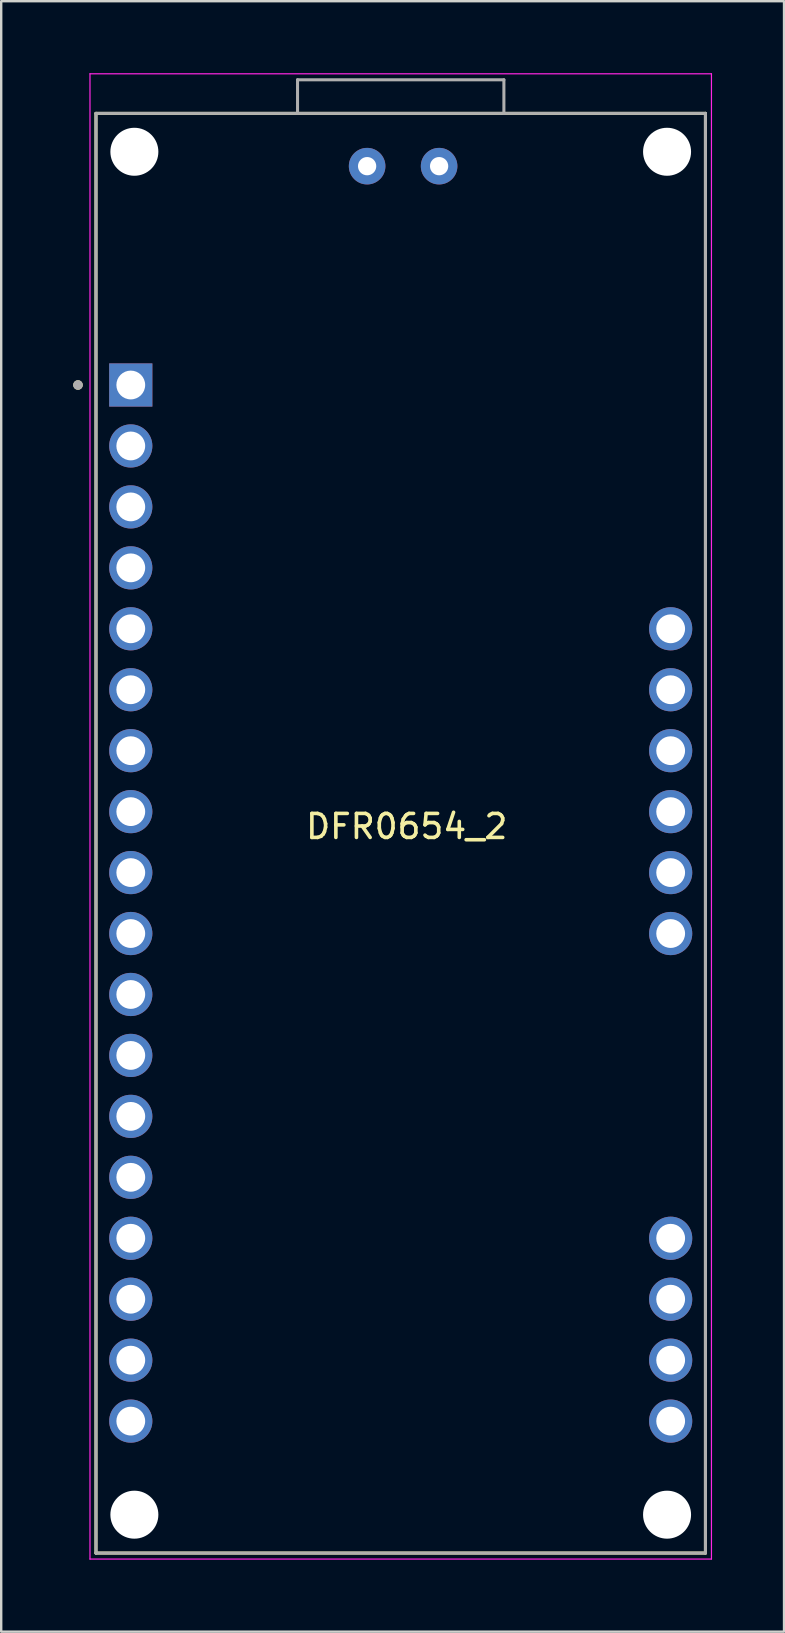
<source format=kicad_pcb>
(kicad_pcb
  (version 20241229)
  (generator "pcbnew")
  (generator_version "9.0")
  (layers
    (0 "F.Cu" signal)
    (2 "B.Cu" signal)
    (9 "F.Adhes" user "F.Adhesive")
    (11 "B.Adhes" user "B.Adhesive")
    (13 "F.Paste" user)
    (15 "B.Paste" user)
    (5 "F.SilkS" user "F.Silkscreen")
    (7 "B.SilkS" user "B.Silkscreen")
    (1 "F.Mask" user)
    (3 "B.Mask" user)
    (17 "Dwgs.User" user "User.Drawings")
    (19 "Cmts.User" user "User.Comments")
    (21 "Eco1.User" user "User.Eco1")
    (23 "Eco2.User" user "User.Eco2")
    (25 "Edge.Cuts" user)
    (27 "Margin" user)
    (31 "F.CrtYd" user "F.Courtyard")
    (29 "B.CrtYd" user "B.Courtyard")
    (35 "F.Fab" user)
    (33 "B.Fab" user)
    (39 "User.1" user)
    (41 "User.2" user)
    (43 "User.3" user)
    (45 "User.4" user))
  (footprint "DFR0654_2"
    (layer "F.Cu")
    (at 13.9 32.925)
    (property "Reference" "DFR0654_2" (at 0 -1.53 0) (unlocked yes) (layer "F.SilkS") (effects (font (size 1 1) (thickness 0.15))))
    (attr smd)
    (fp_line (start -12.95 -31.25) (end -12.95 28.75) (stroke (width 0.127) (type solid)) (layer "F.SilkS"))
    (fp_line (start 12.45 -31.25) (end -12.95 -31.25) (stroke (width 0.127) (type solid)) (layer "F.SilkS"))
    (fp_line (start 12.45 -31.25) (end 12.45 28.75) (stroke (width 0.127) (type solid)) (layer "F.SilkS"))
    (fp_line (start 12.45 28.75) (end -12.95 28.75) (stroke (width 0.127) (type solid)) (layer "F.SilkS"))
    (fp_circle (center -13.7 -19.93) (end -13.6 -19.93) (stroke (width 0.2) (type solid)) (fill no) (layer "F.SilkS"))
    (fp_line (start -13.2 -32.9) (end -13.2 29) (stroke (width 0.05) (type solid)) (layer "F.CrtYd"))
    (fp_line (start -13.2 29) (end 12.7 29) (stroke (width 0.05) (type solid)) (layer "F.CrtYd"))
    (fp_line (start 12.7 -32.9) (end -13.2 -32.9) (stroke (width 0.05) (type solid)) (layer "F.CrtYd"))
    (fp_line (start 12.7 29) (end 12.7 -32.9) (stroke (width 0.05) (type solid)) (layer "F.CrtYd"))
    (fp_line (start -12.95 -31.25) (end -12.95 28.75) (stroke (width 0.127) (type solid)) (layer "F.Fab"))
    (fp_line (start -4.55 -32.65) (end -4.55 -31.25) (stroke (width 0.127) (type solid)) (layer "F.Fab"))
    (fp_line (start -4.55 -31.25) (end -12.95 -31.25) (stroke (width 0.127) (type solid)) (layer "F.Fab"))
    (fp_line (start 4.05 -32.65) (end -4.55 -32.65) (stroke (width 0.127) (type solid)) (layer "F.Fab"))
    (fp_line (start 4.05 -31.25) (end -4.55 -31.25) (stroke (width 0.127) (type solid)) (layer "F.Fab"))
    (fp_line (start 4.05 -31.25) (end 4.05 -32.65) (stroke (width 0.127) (type solid)) (layer "F.Fab"))
    (fp_line (start 12.45 -31.25) (end 4.05 -31.25) (stroke (width 0.127) (type solid)) (layer "F.Fab"))
    (fp_line (start 12.45 -31.25) (end 12.45 28.75) (stroke (width 0.127) (type solid)) (layer "F.Fab"))
    (fp_line (start 12.45 28.75) (end -12.95 28.75) (stroke (width 0.127) (type solid)) (layer "F.Fab"))
    (fp_circle (center -13.7 -19.93) (end -13.6 -19.93) (stroke (width 0.2) (type solid)) (fill no) (layer "F.Fab"))
    (pad "" np_thru_hole circle (at -11.35 -29.65) (size 2 2) (drill 2) (layers "*.Cu" "*.Mask"))
    (pad "" np_thru_hole circle (at -11.35 27.15) (size 2 2) (drill 2) (layers "*.Cu" "*.Mask"))
    (pad "" np_thru_hole circle (at 10.85 -29.65) (size 2 2) (drill 2) (layers "*.Cu" "*.Mask"))
    (pad "" np_thru_hole circle (at 10.85 27.15) (size 2 2) (drill 2) (layers "*.Cu" "*.Mask"))
    (pad "1" thru_hole rect (at -11.5 -19.93) (size 1.8 1.8) (drill 1.2) (layers "*.Cu" "*.Mask"))
    (pad "2" thru_hole circle (at -11.5 -17.39) (size 1.8 1.8) (drill 1.2) (layers "*.Cu" "*.Mask"))
    (pad "3" thru_hole circle (at -11.5 -14.85) (size 1.8 1.8) (drill 1.2) (layers "*.Cu" "*.Mask"))
    (pad "4" thru_hole circle (at -11.5 -12.31) (size 1.8 1.8) (drill 1.2) (layers "*.Cu" "*.Mask"))
    (pad "5" thru_hole circle (at -11.5 -9.77) (size 1.8 1.8) (drill 1.2) (layers "*.Cu" "*.Mask"))
    (pad "6" thru_hole circle (at -11.5 -7.23) (size 1.8 1.8) (drill 1.2) (layers "*.Cu" "*.Mask"))
    (pad "7" thru_hole circle (at -11.5 -4.69) (size 1.8 1.8) (drill 1.2) (layers "*.Cu" "*.Mask"))
    (pad "8" thru_hole circle (at -11.5 -2.15) (size 1.8 1.8) (drill 1.2) (layers "*.Cu" "*.Mask"))
    (pad "9" thru_hole circle (at -11.5 0.39) (size 1.8 1.8) (drill 1.2) (layers "*.Cu" "*.Mask"))
    (pad "10" thru_hole circle (at -11.5 2.93) (size 1.8 1.8) (drill 1.2) (layers "*.Cu" "*.Mask"))
    (pad "11" thru_hole circle (at -11.5 5.47) (size 1.8 1.8) (drill 1.2) (layers "*.Cu" "*.Mask"))
    (pad "12" thru_hole circle (at -11.5 8.01) (size 1.8 1.8) (drill 1.2) (layers "*.Cu" "*.Mask"))
    (pad "13" thru_hole circle (at -11.5 10.55) (size 1.8 1.8) (drill 1.2) (layers "*.Cu" "*.Mask"))
    (pad "14" thru_hole circle (at -11.5 13.09) (size 1.8 1.8) (drill 1.2) (layers "*.Cu" "*.Mask"))
    (pad "15" thru_hole circle (at -11.5 15.63) (size 1.8 1.8) (drill 1.2) (layers "*.Cu" "*.Mask"))
    (pad "16" thru_hole circle (at -11.5 18.17) (size 1.8 1.8) (drill 1.2) (layers "*.Cu" "*.Mask"))
    (pad "17" thru_hole circle (at -11.5 20.71) (size 1.8 1.8) (drill 1.2) (layers "*.Cu" "*.Mask"))
    (pad "18" thru_hole circle (at -11.5 23.25) (size 1.8 1.8) (drill 1.2) (layers "*.Cu" "*.Mask"))
    (pad "19" thru_hole circle (at 11 23.25) (size 1.8 1.8) (drill 1.2) (layers "*.Cu" "*.Mask"))
    (pad "20" thru_hole circle (at 11 20.71) (size 1.8 1.8) (drill 1.2) (layers "*.Cu" "*.Mask"))
    (pad "21" thru_hole circle (at 11 18.17) (size 1.8 1.8) (drill 1.2) (layers "*.Cu" "*.Mask"))
    (pad "22" thru_hole circle (at 11 15.63) (size 1.8 1.8) (drill 1.2) (layers "*.Cu" "*.Mask"))
    (pad "27" thru_hole circle (at 11 2.93) (size 1.8 1.8) (drill 1.2) (layers "*.Cu" "*.Mask"))
    (pad "28" thru_hole circle (at 11 0.39) (size 1.8 1.8) (drill 1.2) (layers "*.Cu" "*.Mask"))
    (pad "29" thru_hole circle (at 11 -2.15) (size 1.8 1.8) (drill 1.2) (layers "*.Cu" "*.Mask"))
    (pad "30" thru_hole circle (at 11 -4.69) (size 1.8 1.8) (drill 1.2) (layers "*.Cu" "*.Mask"))
    (pad "31" thru_hole circle (at 11 -7.23) (size 1.8 1.8) (drill 1.2) (layers "*.Cu" "*.Mask"))
    (pad "32" thru_hole circle (at 11 -9.77) (size 1.8 1.8) (drill 1.2) (layers "*.Cu" "*.Mask"))
    (pad "33" thru_hole circle (at 1.35 -29.05) (size 1.524 1.524) (drill 0.762) (layers "*.Cu" "*.Mask"))
    (pad "34" thru_hole circle (at -1.65 -29.05) (size 1.524 1.524) (drill 0.762) (layers "*.Cu" "*.Mask")))
  (gr_rect
    (start -3 -3)
    (end 29.625 64.95)
    (stroke (width 0.1) (type default))
    (fill no)
    (layer "Edge.Cuts")))
</source>
